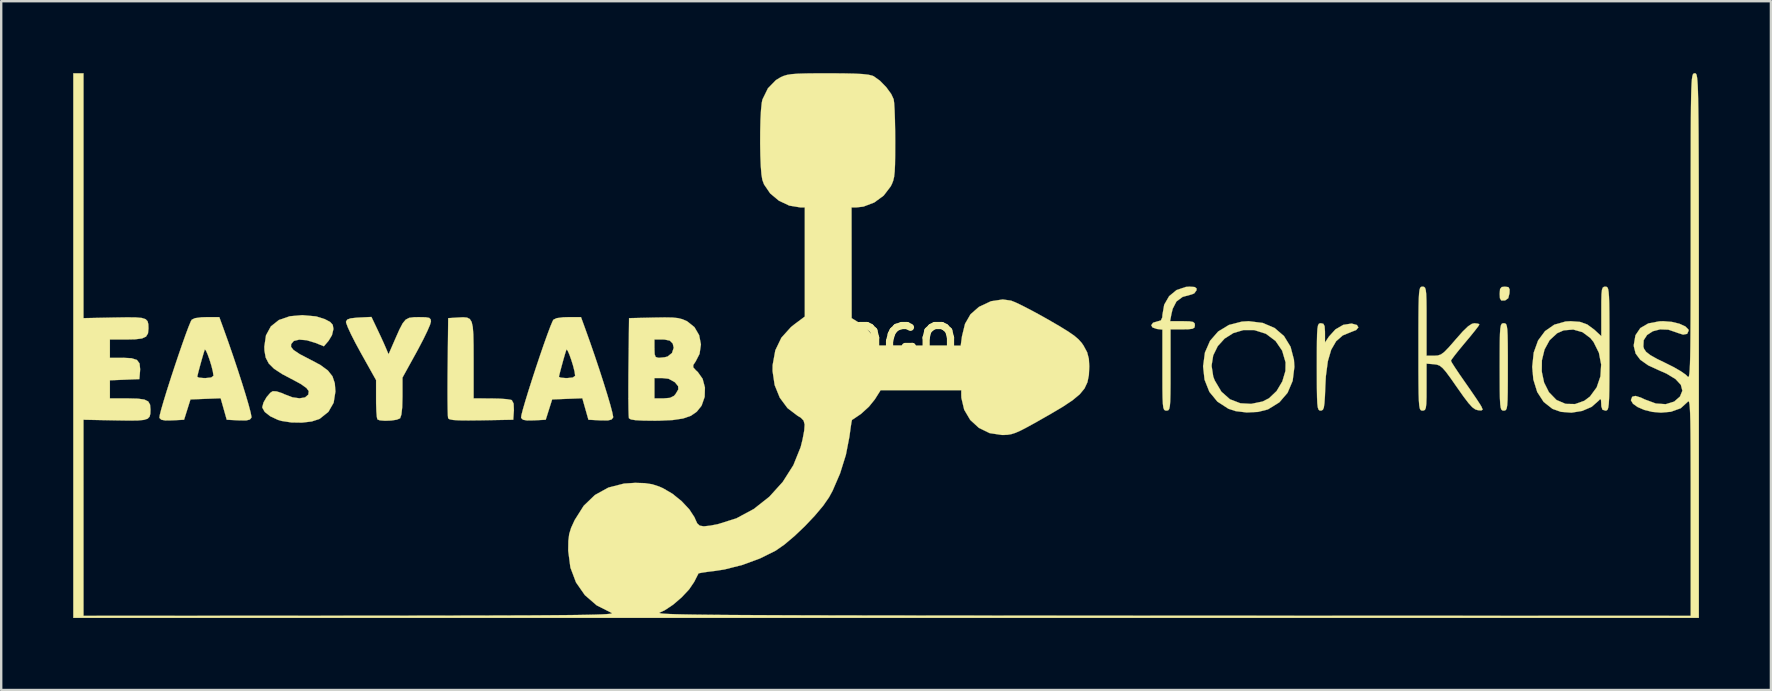
<source format=kicad_pcb>
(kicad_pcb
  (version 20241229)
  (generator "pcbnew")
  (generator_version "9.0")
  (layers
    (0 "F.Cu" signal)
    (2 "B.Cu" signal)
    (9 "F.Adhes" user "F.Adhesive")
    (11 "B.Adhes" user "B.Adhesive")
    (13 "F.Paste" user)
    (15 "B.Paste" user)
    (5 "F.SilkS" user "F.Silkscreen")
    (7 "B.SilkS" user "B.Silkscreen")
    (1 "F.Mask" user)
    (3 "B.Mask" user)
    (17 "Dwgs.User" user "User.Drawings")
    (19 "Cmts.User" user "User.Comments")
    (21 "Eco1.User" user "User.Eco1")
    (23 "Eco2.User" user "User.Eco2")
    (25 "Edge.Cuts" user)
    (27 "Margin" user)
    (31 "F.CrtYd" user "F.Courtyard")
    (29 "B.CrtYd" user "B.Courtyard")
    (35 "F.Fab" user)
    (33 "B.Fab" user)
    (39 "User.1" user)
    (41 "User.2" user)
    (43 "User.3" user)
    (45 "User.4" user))
  (footprint "LOGO"
    (layer "F.Cu")
    (at 33.872 11.35)
    (property "Reference" "LOGO" (at 0 0 0) (layer "F.SilkS") (effects (font (size 1.524 1.524) (thickness 0.3))))
    (attr through_hole)
    (fp_poly (pts (xy 25.934 -2.436) (xy 25.983 -2.342) (xy 25.977 -2.18) (xy 25.926 -1.975) (xy 25.806 -1.887) (xy 25.76 -1.878) (xy 25.632 -1.881) (xy 25.579 -1.971) (xy 25.569 -2.153) (xy 25.584 -2.356) (xy 25.653 -2.44) (xy 25.786 -2.455) (xy 25.934 -2.436)) (stroke (width 0.01) (type solid)) (fill yes) (layer "F.SilkS"))
    (fp_poly (pts (xy 25.794 -0.925) (xy 25.836 -0.892) (xy 25.866 -0.811) (xy 25.887 -0.662) (xy 25.899 -0.423) (xy 25.905 -0.073) (xy 25.908 0.409) (xy 25.908 0.889) (xy 25.907 1.488) (xy 25.904 1.939) (xy 25.897 2.263) (xy 25.883 2.48) (xy 25.861 2.612) (xy 25.828 2.681) (xy 25.783 2.706) (xy 25.739 2.709) (xy 25.683 2.703) (xy 25.641 2.67) (xy 25.611 2.589) (xy 25.591 2.44) (xy 25.578 2.201) (xy 25.572 1.851) (xy 25.57 1.369) (xy 25.569 0.889) (xy 25.57 0.29) (xy 25.573 -0.161) (xy 25.58 -0.485) (xy 25.594 -0.702) (xy 25.617 -0.834) (xy 25.649 -0.903) (xy 25.694 -0.928) (xy 25.739 -0.931) (xy 25.794 -0.925)) (stroke (width 0.01) (type solid)) (fill yes) (layer "F.SilkS"))
    (fp_poly (pts (xy -17.462 -1.166) (xy -17.346 -1.108) (xy -17.269 -0.985) (xy -17.222 -0.776) (xy -17.198 -0.461) (xy -17.189 -0.019) (xy -17.187 0.571) (xy -17.187 2.201) (xy -16.447 2.203) (xy -16.099 2.211) (xy -15.81 2.232) (xy -15.627 2.262) (xy -15.594 2.275) (xy -15.52 2.417) (xy -15.508 2.7) (xy -15.51 2.718) (xy -15.536 3.09) (xy -16.872 3.114) (xy -17.403 3.12) (xy -17.786 3.116) (xy -18.041 3.1) (xy -18.188 3.072) (xy -18.248 3.03) (xy -18.249 3.027) (xy -18.26 2.915) (xy -18.268 2.658) (xy -18.273 2.281) (xy -18.274 1.81) (xy -18.272 1.268) (xy -18.268 0.887) (xy -18.246 -1.143) (xy -17.837 -1.169) (xy -17.623 -1.18) (xy -17.462 -1.166)) (stroke (width 0.01) (type solid)) (fill yes) (layer "F.SilkS"))
    (fp_poly (pts (xy 18.222 -0.908) (xy 18.273 -0.809) (xy 18.288 -0.592) (xy 18.289 -0.529) (xy 18.289 -0.127) (xy 18.451 -0.372) (xy 18.723 -0.673) (xy 19.052 -0.864) (xy 19.391 -0.917) (xy 19.406 -0.916) (xy 19.619 -0.858) (xy 19.681 -0.759) (xy 19.591 -0.65) (xy 19.389 -0.57) (xy 19.031 -0.424) (xy 18.753 -0.181) (xy 18.548 0.173) (xy 18.408 0.653) (xy 18.326 1.274) (xy 18.304 1.672) (xy 18.287 2.108) (xy 18.267 2.401) (xy 18.241 2.581) (xy 18.202 2.673) (xy 18.145 2.706) (xy 18.108 2.709) (xy 18.056 2.701) (xy 18.017 2.662) (xy 17.988 2.57) (xy 17.969 2.406) (xy 17.958 2.148) (xy 17.952 1.776) (xy 17.95 1.267) (xy 17.949 0.889) (xy 17.95 0.29) (xy 17.953 -0.161) (xy 17.96 -0.485) (xy 17.974 -0.702) (xy 17.997 -0.834) (xy 18.029 -0.903) (xy 18.074 -0.928) (xy 18.119 -0.931) (xy 18.222 -0.908)) (stroke (width 0.01) (type solid)) (fill yes) (layer "F.SilkS"))
    (fp_poly (pts (xy -21.21 -0.702) (xy -21.062 -0.389) (xy -20.926 -0.091) (xy -20.853 0.076) (xy -20.731 0.363) (xy -20.448 -0.288) (xy -20.277 -0.673) (xy -20.143 -0.928) (xy -20.018 -1.08) (xy -19.871 -1.156) (xy -19.674 -1.182) (xy -19.463 -1.185) (xy -19.184 -1.18) (xy -19.035 -1.153) (xy -18.975 -1.09) (xy -18.965 -1.001) (xy -19.005 -0.862) (xy -19.114 -0.609) (xy -19.277 -0.273) (xy -19.479 0.114) (xy -19.558 0.26) (xy -20.151 1.335) (xy -20.151 2.132) (xy -20.162 2.569) (xy -20.196 2.873) (xy -20.249 3.027) (xy -20.252 3.031) (xy -20.389 3.088) (xy -20.621 3.123) (xy -20.879 3.133) (xy -21.096 3.115) (xy -21.195 3.076) (xy -21.22 2.972) (xy -21.239 2.739) (xy -21.25 2.418) (xy -21.251 2.23) (xy -21.251 1.44) (xy -21.892 0.294) (xy -22.112 -0.111) (xy -22.296 -0.473) (xy -22.429 -0.762) (xy -22.499 -0.949) (xy -22.505 -0.997) (xy -22.453 -1.083) (xy -22.312 -1.135) (xy -22.048 -1.163) (xy -21.961 -1.168) (xy -21.444 -1.193) (xy -21.21 -0.702)) (stroke (width 0.01) (type solid)) (fill yes) (layer "F.SilkS"))
    (fp_poly (pts (xy 12.855 -2.441) (xy 12.937 -2.384) (xy 12.938 -2.308) (xy 12.841 -2.175) (xy 12.741 -2.134) (xy 12.355 -2.028) (xy 12.099 -1.837) (xy 11.943 -1.533) (xy 11.892 -1.323) (xy 11.834 -1.016) (xy 12.352 -1.016) (xy 12.639 -1.01) (xy 12.795 -0.984) (xy 12.859 -0.925) (xy 12.869 -0.847) (xy 12.851 -0.752) (xy 12.769 -0.701) (xy 12.586 -0.68) (xy 12.361 -0.677) (xy 11.853 -0.677) (xy 11.853 1.016) (xy 11.853 1.591) (xy 11.849 2.019) (xy 11.841 2.321) (xy 11.825 2.519) (xy 11.8 2.635) (xy 11.764 2.691) (xy 11.714 2.708) (xy 11.684 2.709) (xy 11.626 2.703) (xy 11.584 2.668) (xy 11.553 2.584) (xy 11.534 2.428) (xy 11.522 2.178) (xy 11.516 1.813) (xy 11.515 1.311) (xy 11.515 1.022) (xy 11.515 -0.666) (xy 11.282 -0.693) (xy 11.103 -0.755) (xy 11.049 -0.847) (xy 11.125 -0.953) (xy 11.282 -1) (xy 11.45 -1.048) (xy 11.51 -1.177) (xy 11.515 -1.278) (xy 11.589 -1.703) (xy 11.794 -2.058) (xy 12.104 -2.314) (xy 12.49 -2.444) (xy 12.643 -2.455) (xy 12.855 -2.441)) (stroke (width 0.01) (type solid)) (fill yes) (layer "F.SilkS"))
    (fp_poly (pts (xy 15.697 -0.943) (xy 16.191 -0.732) (xy 16.581 -0.397) (xy 16.854 0.048) (xy 16.996 0.59) (xy 17.014 0.889) (xy 16.942 1.47) (xy 16.73 1.967) (xy 16.388 2.365) (xy 15.924 2.652) (xy 15.899 2.663) (xy 15.498 2.764) (xy 15.029 2.787) (xy 14.57 2.732) (xy 14.266 2.633) (xy 13.805 2.334) (xy 13.471 1.927) (xy 13.271 1.422) (xy 13.21 0.871) (xy 13.214 0.837) (xy 13.563 0.837) (xy 13.634 1.295) (xy 13.696 1.455) (xy 13.973 1.922) (xy 14.329 2.237) (xy 14.764 2.404) (xy 15.213 2.429) (xy 15.691 2.33) (xy 15.956 2.195) (xy 16.274 1.893) (xy 16.511 1.494) (xy 16.641 1.058) (xy 16.647 0.699) (xy 16.504 0.211) (xy 16.229 -0.192) (xy 15.843 -0.482) (xy 15.812 -0.498) (xy 15.344 -0.645) (xy 14.89 -0.646) (xy 14.471 -0.522) (xy 14.107 -0.292) (xy 13.82 0.024) (xy 13.632 0.407) (xy 13.563 0.837) (xy 13.214 0.837) (xy 13.286 0.292) (xy 13.5 -0.199) (xy 13.838 -0.587) (xy 14.285 -0.859) (xy 14.827 -0.999) (xy 15.113 -1.016) (xy 15.697 -0.943)) (stroke (width 0.01) (type solid)) (fill yes) (layer "F.SilkS"))
    (fp_poly (pts (xy -27.621 -0.741) (xy -27.413 -0.16) (xy -27.208 0.433) (xy -27.013 1.016) (xy -26.836 1.565) (xy -26.683 2.058) (xy -26.562 2.47) (xy -26.48 2.781) (xy -26.444 2.965) (xy -26.445 3.002) (xy -26.512 3.082) (xy -26.659 3.118) (xy -26.926 3.119) (xy -26.986 3.116) (xy -27.474 3.09) (xy -27.728 2.195) (xy -28.356 2.219) (xy -28.985 2.244) (xy -29.252 3.09) (xy -29.74 3.116) (xy -30.034 3.12) (xy -30.2 3.09) (xy -30.276 3.017) (xy -30.279 3.007) (xy -30.265 2.899) (xy -30.204 2.657) (xy -30.103 2.31) (xy -29.973 1.885) (xy -29.821 1.409) (xy -29.787 1.304) (xy -28.702 1.304) (xy -28.627 1.336) (xy -28.439 1.353) (xy -28.363 1.355) (xy -28.124 1.33) (xy -28.028 1.26) (xy -28.028 1.249) (xy -28.053 1.078) (xy -28.111 0.846) (xy -28.188 0.594) (xy -28.27 0.367) (xy -28.34 0.209) (xy -28.386 0.161) (xy -28.391 0.169) (xy -28.442 0.331) (xy -28.513 0.575) (xy -28.589 0.849) (xy -28.655 1.097) (xy -28.696 1.265) (xy -28.702 1.304) (xy -29.787 1.304) (xy -29.657 0.908) (xy -29.49 0.41) (xy -29.329 -0.057) (xy -29.183 -0.468) (xy -29.06 -0.795) (xy -28.97 -1.011) (xy -28.932 -1.079) (xy -28.796 -1.143) (xy -28.526 -1.179) (xy -28.317 -1.185) (xy -27.783 -1.185) (xy -27.621 -0.741)) (stroke (width 0.01) (type solid)) (fill yes) (layer "F.SilkS"))
    (fp_poly (pts (xy -12.55 -0.741) (xy -12.342 -0.16) (xy -12.137 0.433) (xy -11.942 1.016) (xy -11.765 1.565) (xy -11.612 2.058) (xy -11.491 2.47) (xy -11.409 2.781) (xy -11.373 2.965) (xy -11.375 3.002) (xy -11.442 3.082) (xy -11.588 3.118) (xy -11.855 3.119) (xy -11.916 3.116) (xy -12.403 3.09) (xy -12.657 2.195) (xy -13.286 2.219) (xy -13.914 2.244) (xy -14.182 3.09) (xy -14.67 3.116) (xy -14.964 3.12) (xy -15.129 3.09) (xy -15.205 3.017) (xy -15.209 3.007) (xy -15.195 2.899) (xy -15.133 2.657) (xy -15.032 2.31) (xy -14.902 1.885) (xy -14.75 1.409) (xy -14.716 1.304) (xy -13.631 1.304) (xy -13.556 1.336) (xy -13.368 1.353) (xy -13.293 1.355) (xy -13.053 1.33) (xy -12.958 1.26) (xy -12.957 1.249) (xy -12.982 1.078) (xy -13.04 0.846) (xy -13.118 0.594) (xy -13.199 0.367) (xy -13.27 0.209) (xy -13.315 0.161) (xy -13.32 0.169) (xy -13.372 0.331) (xy -13.443 0.575) (xy -13.518 0.849) (xy -13.584 1.097) (xy -13.625 1.265) (xy -13.631 1.304) (xy -14.716 1.304) (xy -14.587 0.908) (xy -14.42 0.41) (xy -14.259 -0.057) (xy -14.112 -0.468) (xy -13.989 -0.795) (xy -13.899 -1.011) (xy -13.862 -1.079) (xy -13.726 -1.143) (xy -13.456 -1.179) (xy -13.246 -1.185) (xy -12.712 -1.185) (xy -12.55 -0.741)) (stroke (width 0.01) (type solid)) (fill yes) (layer "F.SilkS"))
    (fp_poly (pts (xy -23.749 -1.216) (xy -23.389 -1.103) (xy -23.163 -0.983) (xy -23.057 -0.865) (xy -23.029 -0.7) (xy -23.029 -0.686) (xy -23.089 -0.434) (xy -23.228 -0.202) (xy -23.426 0.029) (xy -23.78 -0.113) (xy -24.146 -0.223) (xy -24.455 -0.248) (xy -24.679 -0.193) (xy -24.791 -0.06) (xy -24.794 0.052) (xy -24.695 0.18) (xy -24.438 0.353) (xy -24.028 0.567) (xy -24.025 0.568) (xy -23.573 0.808) (xy -23.262 1.036) (xy -23.069 1.279) (xy -22.971 1.569) (xy -22.945 1.914) (xy -23.019 2.38) (xy -23.237 2.76) (xy -23.595 3.047) (xy -23.621 3.061) (xy -23.931 3.162) (xy -24.339 3.21) (xy -24.78 3.203) (xy -25.191 3.14) (xy -25.342 3.095) (xy -25.664 2.944) (xy -25.891 2.765) (xy -25.991 2.586) (xy -25.993 2.561) (xy -25.94 2.367) (xy -25.811 2.144) (xy -25.655 1.964) (xy -25.556 1.901) (xy -25.395 1.909) (xy -25.163 1.984) (xy -25.07 2.028) (xy -24.739 2.155) (xy -24.442 2.197) (xy -24.21 2.159) (xy -24.075 2.043) (xy -24.058 1.895) (xy -24.155 1.766) (xy -24.393 1.598) (xy -24.687 1.439) (xy -25.164 1.188) (xy -25.503 0.965) (xy -25.724 0.745) (xy -25.85 0.503) (xy -25.902 0.215) (xy -25.908 0.045) (xy -25.839 -0.427) (xy -25.636 -0.799) (xy -25.303 -1.065) (xy -24.846 -1.222) (xy -24.324 -1.268) (xy -23.749 -1.216)) (stroke (width 0.01) (type solid)) (fill yes) (layer "F.SilkS"))
    (fp_poly (pts (xy -8.898 -1.168) (xy -8.666 -1.144) (xy -8.486 -1.098) (xy -8.319 -1.027) (xy -8.293 -1.014) (xy -7.985 -0.769) (xy -7.789 -0.433) (xy -7.715 -0.048) (xy -7.772 0.345) (xy -7.936 0.664) (xy -8.032 0.807) (xy -8.035 0.906) (xy -7.93 1.025) (xy -7.845 1.102) (xy -7.645 1.384) (xy -7.548 1.748) (xy -7.559 2.137) (xy -7.683 2.492) (xy -7.702 2.524) (xy -7.889 2.756) (xy -8.132 2.925) (xy -8.457 3.038) (xy -8.889 3.103) (xy -9.456 3.129) (xy -9.633 3.131) (xy -10.109 3.126) (xy -10.435 3.109) (xy -10.629 3.079) (xy -10.711 3.032) (xy -10.715 3.025) (xy -10.725 2.913) (xy -10.733 2.657) (xy -10.738 2.281) (xy -10.739 1.81) (xy -10.737 1.355) (xy -9.652 1.355) (xy -9.652 2.201) (xy -9.276 2.201) (xy -9.005 2.178) (xy -8.838 2.095) (xy -8.768 2.013) (xy -8.658 1.827) (xy -8.665 1.693) (xy -8.794 1.535) (xy -8.805 1.524) (xy -9.067 1.382) (xy -9.313 1.355) (xy -9.652 1.355) (xy -10.737 1.355) (xy -10.737 1.269) (xy -10.733 0.887) (xy -10.72 -0.254) (xy -9.652 -0.254) (xy -9.652 0.127) (xy -9.643 0.362) (xy -9.6 0.474) (xy -9.498 0.507) (xy -9.447 0.508) (xy -9.227 0.487) (xy -9.106 0.456) (xy -8.921 0.309) (xy -8.849 0.092) (xy -8.89 -0.085) (xy -9.012 -0.206) (xy -9.233 -0.252) (xy -9.316 -0.254) (xy -9.652 -0.254) (xy -10.72 -0.254) (xy -10.71 -1.143) (xy -9.675 -1.167) (xy -9.222 -1.174) (xy -8.898 -1.168)) (stroke (width 0.01) (type solid)) (fill yes) (layer "F.SilkS"))
    (fp_poly (pts (xy 30.02 -2.45) (xy 30.058 -2.424) (xy 30.087 -2.358) (xy 30.108 -2.236) (xy 30.123 -2.038) (xy 30.133 -1.749) (xy 30.138 -1.349) (xy 30.141 -0.822) (xy 30.141 -0.149) (xy 30.141 0.127) (xy 30.141 0.855) (xy 30.139 1.432) (xy 30.135 1.875) (xy 30.127 2.201) (xy 30.114 2.429) (xy 30.095 2.576) (xy 30.069 2.66) (xy 30.034 2.698) (xy 29.99 2.709) (xy 29.972 2.709) (xy 29.851 2.672) (xy 29.804 2.532) (xy 29.8 2.434) (xy 29.79 2.259) (xy 29.752 2.231) (xy 29.693 2.296) (xy 29.399 2.554) (xy 29.006 2.723) (xy 28.562 2.795) (xy 28.119 2.761) (xy 27.769 2.637) (xy 27.402 2.349) (xy 27.133 1.935) (xy 26.971 1.414) (xy 26.942 1.084) (xy 27.322 1.084) (xy 27.419 1.54) (xy 27.621 1.943) (xy 27.926 2.257) (xy 27.947 2.272) (xy 28.316 2.429) (xy 28.712 2.437) (xy 29.095 2.3) (xy 29.33 2.124) (xy 29.611 1.74) (xy 29.767 1.282) (xy 29.797 0.788) (xy 29.703 0.299) (xy 29.482 -0.146) (xy 29.347 -0.315) (xy 29.019 -0.559) (xy 28.633 -0.668) (xy 28.237 -0.635) (xy 27.965 -0.516) (xy 27.649 -0.225) (xy 27.437 0.164) (xy 27.328 0.613) (xy 27.322 1.084) (xy 26.942 1.084) (xy 26.924 0.888) (xy 26.987 0.291) (xy 27.168 -0.211) (xy 27.457 -0.602) (xy 27.844 -0.871) (xy 28.316 -1.004) (xy 28.529 -1.016) (xy 28.916 -0.987) (xy 29.218 -0.879) (xy 29.511 -0.663) (xy 29.57 -0.609) (xy 29.803 -0.392) (xy 29.803 -1.423) (xy 29.804 -1.856) (xy 29.812 -2.148) (xy 29.831 -2.325) (xy 29.865 -2.417) (xy 29.919 -2.451) (xy 29.972 -2.455) (xy 30.02 -2.45)) (stroke (width 0.01) (type solid)) (fill yes) (layer "F.SilkS"))
    (fp_poly (pts (xy 22.414 -2.448) (xy 22.458 -2.409) (xy 22.488 -2.316) (xy 22.507 -2.145) (xy 22.517 -1.873) (xy 22.521 -1.474) (xy 22.521 -1.016) (xy 22.521 0.423) (xy 22.839 0.423) (xy 22.991 0.413) (xy 23.123 0.368) (xy 23.264 0.263) (xy 23.447 0.075) (xy 23.703 -0.218) (xy 23.733 -0.254) (xy 24.029 -0.588) (xy 24.249 -0.8) (xy 24.413 -0.908) (xy 24.516 -0.931) (xy 24.673 -0.913) (xy 24.723 -0.878) (xy 24.671 -0.796) (xy 24.531 -0.614) (xy 24.326 -0.361) (xy 24.13 -0.127) (xy 23.889 0.163) (xy 23.695 0.406) (xy 23.571 0.573) (xy 23.537 0.633) (xy 23.583 0.722) (xy 23.709 0.92) (xy 23.895 1.198) (xy 24.122 1.525) (xy 24.124 1.527) (xy 24.363 1.87) (xy 24.573 2.177) (xy 24.729 2.414) (xy 24.808 2.541) (xy 24.86 2.668) (xy 24.801 2.704) (xy 24.668 2.694) (xy 24.552 2.659) (xy 24.425 2.567) (xy 24.268 2.395) (xy 24.061 2.123) (xy 23.788 1.736) (xy 23.523 1.357) (xy 23.331 1.097) (xy 23.186 0.932) (xy 23.068 0.838) (xy 22.952 0.794) (xy 22.833 0.778) (xy 22.521 0.752) (xy 22.521 1.731) (xy 22.52 2.15) (xy 22.511 2.429) (xy 22.49 2.596) (xy 22.453 2.679) (xy 22.394 2.707) (xy 22.352 2.709) (xy 22.304 2.704) (xy 22.266 2.678) (xy 22.237 2.612) (xy 22.216 2.49) (xy 22.201 2.292) (xy 22.191 2.003) (xy 22.186 1.603) (xy 22.183 1.076) (xy 22.183 0.403) (xy 22.183 0.127) (xy 22.183 -0.601) (xy 22.185 -1.178) (xy 22.189 -1.621) (xy 22.197 -1.947) (xy 22.21 -2.175) (xy 22.229 -2.322) (xy 22.255 -2.406) (xy 22.29 -2.444) (xy 22.334 -2.455) (xy 22.352 -2.455) (xy 22.414 -2.448)) (stroke (width 0.01) (type solid)) (fill yes) (layer "F.SilkS"))
    (fp_poly (pts (xy -33.443 -6.244) (xy -33.444 -1.143) (xy -32.16 -1.169) (xy -31.64 -1.177) (xy -31.265 -1.174) (xy -31.011 -1.151) (xy -30.855 -1.101) (xy -30.773 -1.016) (xy -30.741 -0.889) (xy -30.735 -0.715) (xy -30.755 -0.509) (xy -30.837 -0.374) (xy -31.007 -0.296) (xy -31.296 -0.261) (xy -31.64 -0.254) (xy -32.343 -0.254) (xy -32.343 0.508) (xy -31.803 0.508) (xy -31.44 0.527) (xy -31.217 0.598) (xy -31.107 0.743) (xy -31.083 0.981) (xy -31.088 1.074) (xy -31.115 1.397) (xy -32.343 1.447) (xy -32.343 2.201) (xy -31.598 2.201) (xy -31.182 2.211) (xy -30.907 2.249) (xy -30.745 2.328) (xy -30.669 2.462) (xy -30.651 2.663) (xy -30.657 2.837) (xy -30.688 2.962) (xy -30.769 3.046) (xy -30.923 3.096) (xy -31.172 3.12) (xy -31.542 3.125) (xy -32.055 3.117) (xy -32.118 3.116) (xy -33.444 3.09) (xy -33.443 11.261) (xy -22.288 11.255) (xy -20.671 11.254) (xy -19.215 11.252) (xy -17.913 11.25) (xy -16.757 11.248) (xy -15.739 11.245) (xy -14.851 11.242) (xy -14.086 11.237) (xy -13.435 11.232) (xy -12.892 11.226) (xy -12.447 11.218) (xy -12.094 11.21) (xy -11.825 11.2) (xy -11.631 11.189) (xy -11.505 11.177) (xy -11.439 11.163) (xy -11.425 11.148) (xy -11.453 11.131) (xy -12.059 10.825) (xy -12.551 10.399) (xy -12.92 9.869) (xy -13.154 9.249) (xy -13.245 8.554) (xy -13.245 8.507) (xy -13.239 8.133) (xy -13.204 7.853) (xy -13.124 7.594) (xy -12.981 7.282) (xy -12.973 7.266) (xy -12.6 6.676) (xy -12.131 6.225) (xy -11.569 5.916) (xy -10.919 5.75) (xy -10.456 5.72) (xy -10.053 5.732) (xy -9.745 5.779) (xy -9.456 5.873) (xy -9.295 5.944) (xy -8.899 6.176) (xy -8.519 6.483) (xy -8.2 6.823) (xy -7.983 7.155) (xy -7.946 7.242) (xy -7.869 7.409) (xy -7.764 7.503) (xy -7.596 7.532) (xy -7.328 7.503) (xy -7.01 7.442) (xy -6.237 7.199) (xy -5.514 6.81) (xy -4.863 6.297) (xy -4.306 5.681) (xy -3.864 4.985) (xy -3.559 4.229) (xy -3.48 3.912) (xy -3.41 3.538) (xy -3.393 3.289) (xy -3.437 3.125) (xy -3.55 3.007) (xy -3.689 2.924) (xy -4.107 2.606) (xy -4.43 2.17) (xy -4.643 1.645) (xy -4.73 1.062) (xy -4.727 0.812) (xy -4.615 0.197) (xy -4.363 -0.327) (xy -3.964 -0.77) (xy -3.827 -0.88) (xy -3.387 -1.209) (xy -3.387 -5.757) (xy -3.577 -5.758) (xy -4.035 -5.833) (xy -4.466 -6.037) (xy -4.83 -6.341) (xy -5.085 -6.715) (xy -5.155 -6.902) (xy -5.193 -7.132) (xy -5.221 -7.486) (xy -5.239 -7.927) (xy -5.247 -8.418) (xy -5.245 -8.919) (xy -5.234 -9.394) (xy -5.212 -9.804) (xy -5.181 -10.112) (xy -5.152 -10.253) (xy -4.922 -10.722) (xy -4.591 -11.061) (xy -4.399 -11.178) (xy -4.269 -11.236) (xy -4.124 -11.28) (xy -3.936 -11.31) (xy -3.68 -11.329) (xy -3.327 -11.34) (xy -2.851 -11.345) (xy -2.412 -11.345) (xy -1.793 -11.342) (xy -1.322 -11.332) (xy -0.976 -11.314) (xy -0.734 -11.286) (xy -0.573 -11.247) (xy -0.516 -11.223) (xy -0.256 -11.037) (xy 0.005 -10.77) (xy 0.215 -10.482) (xy 0.316 -10.264) (xy 0.337 -10.106) (xy 0.355 -9.811) (xy 0.369 -9.412) (xy 0.378 -8.94) (xy 0.381 -8.509) (xy 0.379 -7.958) (xy 0.373 -7.548) (xy 0.359 -7.25) (xy 0.335 -7.033) (xy 0.297 -6.871) (xy 0.243 -6.733) (xy 0.192 -6.632) (xy -0.098 -6.252) (xy -0.493 -5.962) (xy -0.943 -5.791) (xy -1.24 -5.757) (xy -1.439 -5.757) (xy -1.437 -3.45) (xy -1.435 -1.143) (xy -1.091 -0.931) (xy -0.828 -0.721) (xy -0.584 -0.452) (xy -0.522 -0.363) (xy -0.296 -0.006) (xy 1.407 -0.003) (xy 3.11 0) (xy 3.163 -0.388) (xy 3.29 -0.907) (xy 3.519 -1.305) (xy 3.864 -1.607) (xy 3.874 -1.614) (xy 4.371 -1.848) (xy 4.863 -1.922) (xy 5.209 -1.873) (xy 5.388 -1.802) (xy 5.681 -1.662) (xy 6.054 -1.469) (xy 6.476 -1.24) (xy 6.753 -1.084) (xy 7.23 -0.807) (xy 7.583 -0.59) (xy 7.837 -0.415) (xy 8.017 -0.262) (xy 8.15 -0.113) (xy 8.225 -0.005) (xy 8.378 0.277) (xy 8.45 0.553) (xy 8.467 0.866) (xy 8.451 1.226) (xy 8.391 1.526) (xy 8.269 1.787) (xy 8.068 2.031) (xy 7.767 2.281) (xy 7.351 2.557) (xy 6.8 2.883) (xy 6.773 2.897) (xy 6.273 3.182) (xy 5.893 3.392) (xy 5.608 3.54) (xy 5.392 3.636) (xy 5.218 3.691) (xy 5.062 3.717) (xy 4.896 3.725) (xy 4.827 3.725) (xy 4.316 3.648) (xy 3.868 3.43) (xy 3.506 3.098) (xy 3.255 2.673) (xy 3.138 2.181) (xy 3.133 2.053) (xy 3.133 1.863) (xy -0.229 1.863) (xy -0.47 2.244) (xy -0.716 2.548) (xy -1.045 2.847) (xy -1.381 3.075) (xy -1.419 3.095) (xy -1.439 3.178) (xy -1.472 3.389) (xy -1.513 3.688) (xy -1.528 3.799) (xy -1.674 4.551) (xy -1.916 5.326) (xy -2.228 6.048) (xy -2.377 6.322) (xy -2.626 6.68) (xy -2.976 7.095) (xy -3.386 7.528) (xy -3.819 7.939) (xy -4.235 8.29) (xy -4.594 8.541) (xy -4.6 8.545) (xy -5.257 8.871) (xy -5.996 9.142) (xy -6.74 9.33) (xy -7.124 9.389) (xy -7.44 9.428) (xy -7.681 9.464) (xy -7.807 9.49) (xy -7.816 9.495) (xy -7.861 9.582) (xy -7.954 9.765) (xy -7.997 9.85) (xy -8.208 10.16) (xy -8.517 10.49) (xy -8.872 10.795) (xy -9.223 11.029) (xy -9.418 11.119) (xy -9.444 11.133) (xy -9.439 11.145) (xy -9.398 11.157) (xy -9.314 11.168) (xy -9.183 11.177) (xy -8.997 11.186) (xy -8.751 11.195) (xy -8.44 11.202) (xy -8.057 11.209) (xy -7.597 11.215) (xy -7.053 11.221) (xy -6.42 11.226) (xy -5.692 11.23) (xy -4.863 11.234) (xy -3.928 11.238) (xy -2.88 11.241) (xy -1.714 11.243) (xy -0.423 11.246) (xy 0.998 11.247) (xy 2.554 11.249) (xy 4.253 11.25) (xy 6.099 11.252) (xy 8.099 11.253) (xy 10.258 11.253) (xy 11.874 11.254) (xy 33.528 11.261) (xy 33.528 6.712) (xy 33.528 5.717) (xy 33.526 4.879) (xy 33.524 4.185) (xy 33.52 3.623) (xy 33.514 3.181) (xy 33.505 2.845) (xy 33.493 2.604) (xy 33.479 2.444) (xy 33.461 2.354) (xy 33.439 2.321) (xy 33.412 2.332) (xy 33.396 2.352) (xy 33.112 2.611) (xy 32.703 2.758) (xy 32.289 2.794) (xy 31.928 2.763) (xy 31.595 2.681) (xy 31.318 2.562) (xy 31.122 2.422) (xy 31.036 2.276) (xy 31.087 2.141) (xy 31.104 2.126) (xy 31.23 2.098) (xy 31.449 2.166) (xy 31.621 2.247) (xy 32.075 2.414) (xy 32.488 2.442) (xy 32.839 2.334) (xy 33.081 2.124) (xy 33.181 1.881) (xy 33.118 1.636) (xy 32.896 1.396) (xy 32.521 1.168) (xy 32.246 1.048) (xy 31.761 0.826) (xy 31.429 0.593) (xy 31.234 0.334) (xy 31.159 0.033) (xy 31.157 -0.03) (xy 31.226 -0.43) (xy 31.428 -0.729) (xy 31.761 -0.923) (xy 32.223 -1.011) (xy 32.389 -1.016) (xy 32.742 -0.987) (xy 33.06 -0.91) (xy 33.304 -0.799) (xy 33.433 -0.671) (xy 33.443 -0.623) (xy 33.38 -0.488) (xy 33.21 -0.457) (xy 32.966 -0.535) (xy 32.947 -0.544) (xy 32.597 -0.663) (xy 32.255 -0.676) (xy 31.949 -0.597) (xy 31.71 -0.441) (xy 31.569 -0.223) (xy 31.556 0.041) (xy 31.582 0.131) (xy 31.669 0.26) (xy 31.846 0.398) (xy 32.139 0.562) (xy 32.459 0.717) (xy 32.809 0.892) (xy 33.11 1.065) (xy 33.321 1.212) (xy 33.391 1.281) (xy 33.417 1.309) (xy 33.439 1.305) (xy 33.458 1.26) (xy 33.474 1.163) (xy 33.487 1.002) (xy 33.498 0.769) (xy 33.507 0.45) (xy 33.514 0.037) (xy 33.519 -0.483) (xy 33.523 -1.118) (xy 33.526 -1.882) (xy 33.527 -2.783) (xy 33.528 -3.833) (xy 33.528 -4.934) (xy 33.528 -6.128) (xy 33.528 -7.163) (xy 33.53 -8.051) (xy 33.531 -8.804) (xy 33.535 -9.432) (xy 33.539 -9.947) (xy 33.546 -10.361) (xy 33.555 -10.683) (xy 33.566 -10.926) (xy 33.579 -11.101) (xy 33.596 -11.219) (xy 33.616 -11.291) (xy 33.64 -11.329) (xy 33.668 -11.343) (xy 33.697 -11.345) (xy 33.721 -11.344) (xy 33.743 -11.332) (xy 33.763 -11.304) (xy 33.78 -11.248) (xy 33.795 -11.159) (xy 33.808 -11.026) (xy 33.82 -10.842) (xy 33.83 -10.597) (xy 33.838 -10.285) (xy 33.845 -9.895) (xy 33.851 -9.42) (xy 33.856 -8.852) (xy 33.859 -8.181) (xy 33.862 -7.4) (xy 33.864 -6.499) (xy 33.865 -5.471) (xy 33.866 -4.307) (xy 33.866 -2.999) (xy 33.867 -1.537) (xy 33.867 0) (xy 33.867 11.345) (xy -33.867 11.345) (xy -33.867 -11.345) (xy -33.443 -11.345) (xy -33.443 -6.244)) (stroke (width 0.01) (type solid)) (fill yes) (layer "F.SilkS")))
  (gr_rect
    (start -3 -3)
    (end 70.743 25.701)
    (stroke (width 0.1) (type default))
    (fill no)
    (layer "Edge.Cuts")))
</source>
